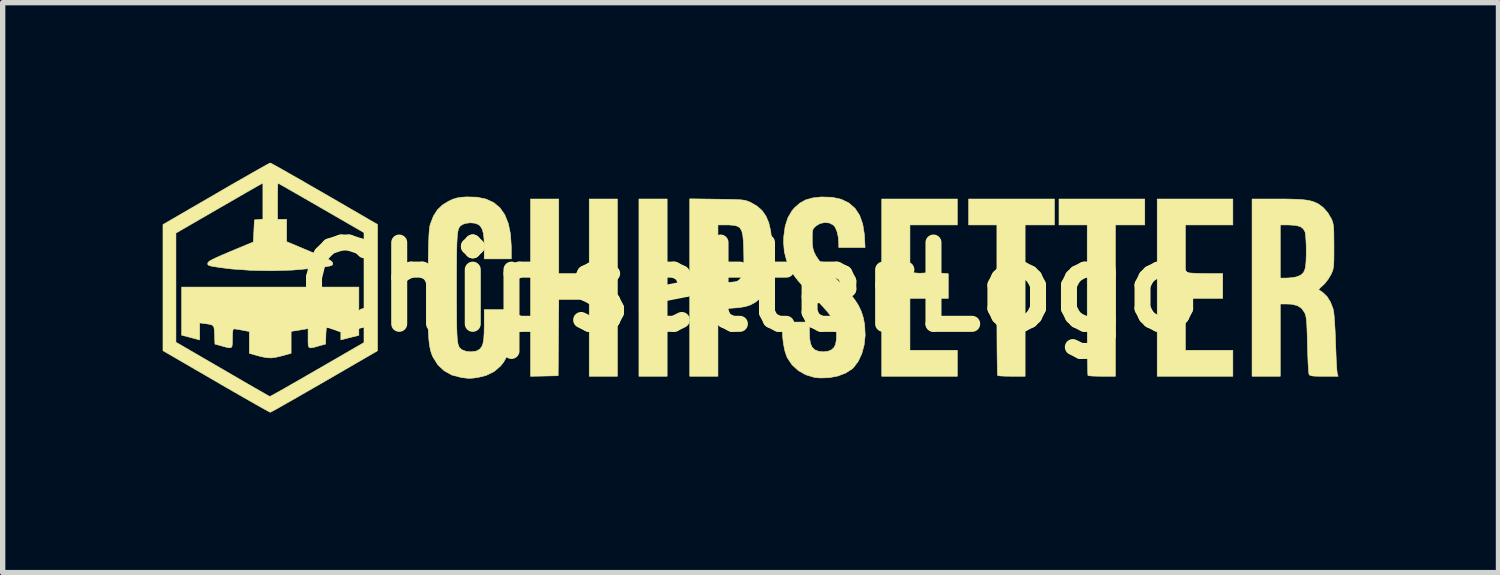
<source format=kicad_pcb>
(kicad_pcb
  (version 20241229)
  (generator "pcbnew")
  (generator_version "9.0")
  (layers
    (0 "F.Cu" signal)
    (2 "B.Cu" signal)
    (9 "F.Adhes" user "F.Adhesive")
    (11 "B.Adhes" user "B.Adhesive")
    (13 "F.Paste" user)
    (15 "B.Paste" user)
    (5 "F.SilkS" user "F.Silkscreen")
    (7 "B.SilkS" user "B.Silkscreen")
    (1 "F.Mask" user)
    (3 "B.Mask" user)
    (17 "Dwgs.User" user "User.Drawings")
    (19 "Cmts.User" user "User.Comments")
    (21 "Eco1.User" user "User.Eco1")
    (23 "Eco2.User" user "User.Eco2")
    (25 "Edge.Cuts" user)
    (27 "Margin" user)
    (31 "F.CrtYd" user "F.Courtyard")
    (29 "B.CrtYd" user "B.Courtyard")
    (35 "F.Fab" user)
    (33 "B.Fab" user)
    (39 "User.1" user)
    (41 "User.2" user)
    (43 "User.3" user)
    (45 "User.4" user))
  (footprint "ChipsetterLogo"
    (layer "F.Cu")
    (at 11.001 2.331)
    (property "Reference" "ChipsetterLogo" (at 0 0 0) (layer "F.SilkS") (effects (font (size 1.524 1.524) (thickness 0.3))))
    (attr through_hole)
    (fp_poly (pts (xy -1.545 1.672) (xy -2.074 1.672) (xy -2.074 -1.651) (xy -1.545 -1.651) (xy -1.545 1.672)) (stroke (width 0.01) (type solid)) (fill yes) (layer "F.SilkS"))
    (fp_poly (pts (xy -3.577 -0.254) (xy -3.006 -0.254) (xy -3.006 -1.651) (xy -2.477 -1.651) (xy -2.477 1.672) (xy -3.006 1.672) (xy -3.006 0.233) (xy -3.577 0.233) (xy -3.582 0.947) (xy -3.588 1.662) (xy -3.847 1.668) (xy -4.106 1.673) (xy -4.106 -1.651) (xy -3.577 -1.651) (xy -3.577 -0.254)) (stroke (width 0.01) (type solid)) (fill yes) (layer "F.SilkS"))
    (fp_poly (pts (xy 9.059 -1.164) (xy 8.17 -1.164) (xy 8.17 -0.28) (xy 8.236 -0.267) (xy 8.282 -0.262) (xy 8.36 -0.258) (xy 8.46 -0.255) (xy 8.57 -0.254) (xy 8.586 -0.254) (xy 8.869 -0.254) (xy 8.869 0.212) (xy 8.17 0.212) (xy 8.17 1.185) (xy 9.059 1.185) (xy 9.059 1.672) (xy 7.641 1.672) (xy 7.641 -1.651) (xy 9.059 -1.651) (xy 9.059 -1.164)) (stroke (width 0.01) (type solid)) (fill yes) (layer "F.SilkS"))
    (fp_poly (pts (xy 3.895 -1.164) (xy 3.006 -1.164) (xy 3.006 -0.28) (xy 3.103 -0.265) (xy 3.185 -0.259) (xy 3.268 -0.263) (xy 3.285 -0.265) (xy 3.348 -0.27) (xy 3.435 -0.271) (xy 3.53 -0.266) (xy 3.548 -0.265) (xy 3.725 -0.25) (xy 3.725 0.212) (xy 3.006 0.212) (xy 3.006 1.185) (xy 3.895 1.185) (xy 3.895 1.672) (xy 2.477 1.672) (xy 2.477 -1.651) (xy 3.895 -1.651) (xy 3.895 -1.164)) (stroke (width 0.01) (type solid)) (fill yes) (layer "F.SilkS"))
    (fp_poly (pts (xy 5.715 -1.164) (xy 5.165 -1.164) (xy 5.165 1.672) (xy 4.914 1.672) (xy 4.815 1.671) (xy 4.732 1.668) (xy 4.674 1.663) (xy 4.65 1.658) (xy 4.647 1.635) (xy 4.645 1.573) (xy 4.643 1.476) (xy 4.641 1.347) (xy 4.639 1.19) (xy 4.638 1.008) (xy 4.637 0.805) (xy 4.636 0.585) (xy 4.636 0.35) (xy 4.636 0.24) (xy 4.636 -1.164) (xy 4.106 -1.164) (xy 4.106 -1.651) (xy 5.715 -1.651) (xy 5.715 -1.164)) (stroke (width 0.01) (type solid)) (fill yes) (layer "F.SilkS"))
    (fp_poly (pts (xy 7.408 -1.164) (xy 6.858 -1.164) (xy 6.858 1.672) (xy 6.608 1.672) (xy 6.509 1.671) (xy 6.425 1.668) (xy 6.367 1.663) (xy 6.343 1.658) (xy 6.341 1.635) (xy 6.338 1.573) (xy 6.336 1.476) (xy 6.334 1.347) (xy 6.333 1.19) (xy 6.331 1.008) (xy 6.33 0.805) (xy 6.329 0.585) (xy 6.329 0.35) (xy 6.329 0.24) (xy 6.329 -1.164) (xy 5.8 -1.164) (xy 5.8 -1.651) (xy 7.408 -1.651) (xy 7.408 -1.164)) (stroke (width 0.01) (type solid)) (fill yes) (layer "F.SilkS"))
    (fp_poly (pts (xy -0.609 -1.647) (xy -0.448 -1.645) (xy -0.323 -1.643) (xy -0.228 -1.639) (xy -0.157 -1.635) (xy -0.104 -1.628) (xy -0.063 -1.619) (xy -0.027 -1.607) (xy 0.01 -1.591) (xy 0.021 -1.586) (xy 0.139 -1.518) (xy 0.233 -1.435) (xy 0.306 -1.332) (xy 0.36 -1.205) (xy 0.396 -1.049) (xy 0.417 -0.861) (xy 0.423 -0.646) (xy 0.419 -0.436) (xy 0.406 -0.263) (xy 0.382 -0.121) (xy 0.346 -0.003) (xy 0.296 0.094) (xy 0.232 0.178) (xy 0.188 0.221) (xy 0.105 0.286) (xy 0.018 0.334) (xy -0.081 0.366) (xy -0.204 0.386) (xy -0.355 0.397) (xy -0.593 0.407) (xy -0.593 1.672) (xy -1.122 1.672) (xy -1.122 -1.164) (xy -0.593 -1.164) (xy -0.593 -0.08) (xy -0.411 -0.088) (xy -0.321 -0.093) (xy -0.263 -0.1) (xy -0.225 -0.113) (xy -0.196 -0.135) (xy -0.179 -0.153) (xy -0.151 -0.195) (xy -0.13 -0.247) (xy -0.117 -0.317) (xy -0.109 -0.41) (xy -0.107 -0.533) (xy -0.11 -0.692) (xy -0.11 -0.701) (xy -0.116 -0.853) (xy -0.127 -0.967) (xy -0.146 -1.05) (xy -0.178 -1.106) (xy -0.225 -1.14) (xy -0.292 -1.157) (xy -0.382 -1.164) (xy -0.435 -1.164) (xy -0.593 -1.164) (xy -1.122 -1.164) (xy -1.122 -1.654) (xy -0.609 -1.647)) (stroke (width 0.01) (type solid)) (fill yes) (layer "F.SilkS"))
    (fp_poly (pts (xy -7.324 0.905) (xy -7.493 0.947) (xy -7.662 0.99) (xy -7.662 0.672) (xy -7.768 0.686) (xy -7.848 0.697) (xy -7.897 0.712) (xy -7.924 0.739) (xy -7.936 0.788) (xy -7.941 0.868) (xy -7.942 0.896) (xy -7.948 1.069) (xy -8.075 1.104) (xy -8.167 1.13) (xy -8.226 1.14) (xy -8.259 1.129) (xy -8.273 1.093) (xy -8.276 1.025) (xy -8.276 0.961) (xy -8.276 0.778) (xy -8.345 0.791) (xy -8.412 0.802) (xy -8.49 0.815) (xy -8.504 0.817) (xy -8.594 0.831) (xy -8.594 1.242) (xy -8.76 1.288) (xy -8.873 1.315) (xy -8.964 1.328) (xy -9.05 1.324) (xy -9.149 1.305) (xy -9.223 1.286) (xy -9.377 1.243) (xy -9.377 0.833) (xy -9.512 0.808) (xy -9.585 0.795) (xy -9.643 0.786) (xy -9.67 0.783) (xy -9.684 0.804) (xy -9.692 0.867) (xy -9.694 0.963) (xy -9.695 1.053) (xy -9.701 1.109) (xy -9.721 1.136) (xy -9.762 1.138) (xy -9.832 1.122) (xy -9.895 1.104) (xy -10.022 1.069) (xy -10.029 0.896) (xy -10.033 0.807) (xy -10.042 0.75) (xy -10.064 0.718) (xy -10.106 0.701) (xy -10.177 0.689) (xy -10.202 0.686) (xy -10.308 0.672) (xy -10.308 0.991) (xy -10.477 0.946) (xy -10.647 0.902) (xy -10.647 0) (xy -7.324 0) (xy -7.324 0.905)) (stroke (width 0.01) (type solid)) (fill yes) (layer "F.SilkS"))
    (fp_poly (pts (xy -5.11 -1.685) (xy -4.939 -1.649) (xy -4.796 -1.583) (xy -4.679 -1.485) (xy -4.588 -1.354) (xy -4.523 -1.191) (xy -4.482 -0.994) (xy -4.467 -0.763) (xy -4.466 -0.725) (xy -4.466 -0.529) (xy -4.974 -0.529) (xy -4.974 -0.763) (xy -4.978 -0.903) (xy -4.99 -1.009) (xy -5.013 -1.086) (xy -5.047 -1.141) (xy -5.082 -1.172) (xy -5.148 -1.197) (xy -5.233 -1.205) (xy -5.319 -1.195) (xy -5.374 -1.176) (xy -5.4 -1.161) (xy -5.422 -1.145) (xy -5.44 -1.123) (xy -5.455 -1.093) (xy -5.467 -1.049) (xy -5.476 -0.99) (xy -5.482 -0.911) (xy -5.487 -0.809) (xy -5.49 -0.68) (xy -5.492 -0.521) (xy -5.493 -0.328) (xy -5.493 -0.098) (xy -5.493 0.011) (xy -5.493 0.254) (xy -5.492 0.459) (xy -5.491 0.628) (xy -5.489 0.766) (xy -5.485 0.877) (xy -5.48 0.963) (xy -5.473 1.028) (xy -5.463 1.076) (xy -5.451 1.111) (xy -5.436 1.136) (xy -5.417 1.155) (xy -5.395 1.171) (xy -5.387 1.177) (xy -5.314 1.205) (xy -5.223 1.214) (xy -5.136 1.203) (xy -5.095 1.188) (xy -5.051 1.157) (xy -5.019 1.115) (xy -4.997 1.055) (xy -4.983 0.971) (xy -4.976 0.857) (xy -4.974 0.722) (xy -4.974 0.423) (xy -4.466 0.423) (xy -4.466 0.683) (xy -4.471 0.886) (xy -4.487 1.053) (xy -4.514 1.192) (xy -4.555 1.308) (xy -4.611 1.408) (xy -4.67 1.482) (xy -4.791 1.585) (xy -4.94 1.657) (xy -5.083 1.692) (xy -5.166 1.705) (xy -5.229 1.71) (xy -5.289 1.709) (xy -5.365 1.7) (xy -5.414 1.693) (xy -5.581 1.649) (xy -5.725 1.569) (xy -5.844 1.457) (xy -5.935 1.312) (xy -5.941 1.299) (xy -5.963 1.246) (xy -5.98 1.187) (xy -5.995 1.117) (xy -6.007 1.033) (xy -6.016 0.931) (xy -6.023 0.808) (xy -6.027 0.659) (xy -6.029 0.481) (xy -6.029 0.27) (xy -6.028 0.022) (xy -6.027 -0.136) (xy -6.025 -0.37) (xy -6.022 -0.566) (xy -6.019 -0.727) (xy -6.015 -0.858) (xy -6.011 -0.961) (xy -6.006 -1.041) (xy -6 -1.101) (xy -5.993 -1.146) (xy -5.986 -1.176) (xy -5.927 -1.329) (xy -5.851 -1.449) (xy -5.752 -1.543) (xy -5.637 -1.612) (xy -5.558 -1.648) (xy -5.486 -1.67) (xy -5.406 -1.683) (xy -5.308 -1.69) (xy -5.11 -1.685)) (stroke (width 0.01) (type solid)) (fill yes) (layer "F.SilkS"))
    (fp_poly (pts (xy 1.546 -1.683) (xy 1.717 -1.646) (xy 1.86 -1.577) (xy 1.976 -1.476) (xy 2.063 -1.344) (xy 2.121 -1.18) (xy 2.152 -0.985) (xy 2.154 -0.947) (xy 2.165 -0.741) (xy 1.918 -0.741) (xy 1.672 -0.741) (xy 1.672 -0.812) (xy 1.664 -0.93) (xy 1.641 -1.035) (xy 1.607 -1.118) (xy 1.576 -1.159) (xy 1.5 -1.2) (xy 1.409 -1.21) (xy 1.318 -1.19) (xy 1.244 -1.145) (xy 1.211 -1.114) (xy 1.19 -1.085) (xy 1.18 -1.047) (xy 1.175 -0.991) (xy 1.175 -0.903) (xy 1.175 -0.896) (xy 1.177 -0.807) (xy 1.187 -0.729) (xy 1.208 -0.657) (xy 1.244 -0.585) (xy 1.296 -0.507) (xy 1.37 -0.418) (xy 1.467 -0.313) (xy 1.593 -0.186) (xy 1.609 -0.17) (xy 1.758 -0.016) (xy 1.878 0.117) (xy 1.971 0.236) (xy 2.042 0.346) (xy 2.093 0.454) (xy 2.129 0.565) (xy 2.153 0.685) (xy 2.158 0.725) (xy 2.167 0.906) (xy 2.148 1.083) (xy 2.104 1.247) (xy 2.038 1.39) (xy 1.952 1.505) (xy 1.922 1.534) (xy 1.801 1.612) (xy 1.654 1.668) (xy 1.49 1.699) (xy 1.32 1.704) (xy 1.211 1.692) (xy 1.054 1.645) (xy 0.913 1.565) (xy 0.796 1.458) (xy 0.709 1.328) (xy 0.697 1.304) (xy 0.662 1.198) (xy 0.635 1.065) (xy 0.618 0.916) (xy 0.614 0.799) (xy 0.614 0.656) (xy 1.122 0.656) (xy 1.122 0.833) (xy 1.126 0.961) (xy 1.141 1.055) (xy 1.169 1.122) (xy 1.212 1.169) (xy 1.224 1.177) (xy 1.298 1.206) (xy 1.39 1.214) (xy 1.479 1.201) (xy 1.533 1.178) (xy 1.58 1.136) (xy 1.61 1.079) (xy 1.626 0.997) (xy 1.63 0.891) (xy 1.626 0.805) (xy 1.611 0.725) (xy 1.583 0.648) (xy 1.538 0.567) (xy 1.472 0.478) (xy 1.383 0.375) (xy 1.268 0.253) (xy 1.177 0.161) (xy 1.064 0.047) (xy 0.976 -0.044) (xy 0.91 -0.119) (xy 0.859 -0.183) (xy 0.818 -0.242) (xy 0.782 -0.303) (xy 0.769 -0.328) (xy 0.694 -0.498) (xy 0.651 -0.664) (xy 0.637 -0.841) (xy 0.641 -0.949) (xy 0.667 -1.139) (xy 0.718 -1.298) (xy 0.796 -1.432) (xy 0.84 -1.484) (xy 0.94 -1.572) (xy 1.051 -1.634) (xy 1.183 -1.671) (xy 1.345 -1.689) (xy 1.346 -1.689) (xy 1.546 -1.683)) (stroke (width 0.01) (type solid)) (fill yes) (layer "F.SilkS"))
    (fp_poly (pts (xy 9.901 -1.651) (xy 10.085 -1.65) (xy 10.232 -1.646) (xy 10.35 -1.64) (xy 10.444 -1.629) (xy 10.521 -1.614) (xy 10.586 -1.593) (xy 10.646 -1.567) (xy 10.657 -1.561) (xy 10.752 -1.492) (xy 10.839 -1.393) (xy 10.905 -1.281) (xy 10.922 -1.241) (xy 10.934 -1.203) (xy 10.943 -1.158) (xy 10.949 -1.1) (xy 10.952 -1.021) (xy 10.953 -0.914) (xy 10.954 -0.773) (xy 10.954 -0.762) (xy 10.954 -0.62) (xy 10.953 -0.513) (xy 10.95 -0.434) (xy 10.945 -0.376) (xy 10.936 -0.331) (xy 10.924 -0.293) (xy 10.907 -0.254) (xy 10.894 -0.228) (xy 10.846 -0.148) (xy 10.787 -0.071) (xy 10.748 -0.032) (xy 10.701 0.01) (xy 10.674 0.04) (xy 10.67 0.049) (xy 10.691 0.065) (xy 10.734 0.094) (xy 10.747 0.103) (xy 10.824 0.177) (xy 10.889 0.281) (xy 10.936 0.403) (xy 10.944 0.434) (xy 10.952 0.485) (xy 10.96 0.571) (xy 10.968 0.684) (xy 10.976 0.818) (xy 10.982 0.964) (xy 10.985 1.058) (xy 10.991 1.205) (xy 10.996 1.339) (xy 11.002 1.455) (xy 11.008 1.546) (xy 11.014 1.605) (xy 11.017 1.625) (xy 11.033 1.672) (xy 10.768 1.672) (xy 10.656 1.672) (xy 10.58 1.669) (xy 10.531 1.663) (xy 10.503 1.654) (xy 10.489 1.64) (xy 10.487 1.635) (xy 10.481 1.604) (xy 10.476 1.537) (xy 10.47 1.441) (xy 10.465 1.321) (xy 10.46 1.183) (xy 10.457 1.079) (xy 10.453 0.914) (xy 10.449 0.786) (xy 10.444 0.688) (xy 10.438 0.615) (xy 10.43 0.561) (xy 10.421 0.521) (xy 10.409 0.489) (xy 10.403 0.476) (xy 10.346 0.397) (xy 10.265 0.346) (xy 10.156 0.321) (xy 10.081 0.318) (xy 9.948 0.318) (xy 9.948 1.672) (xy 9.419 1.672) (xy 9.419 -1.164) (xy 9.948 -1.164) (xy 9.948 -0.169) (xy 10.075 -0.169) (xy 10.161 -0.175) (xy 10.245 -0.19) (xy 10.285 -0.203) (xy 10.338 -0.229) (xy 10.377 -0.264) (xy 10.405 -0.314) (xy 10.422 -0.384) (xy 10.431 -0.482) (xy 10.435 -0.614) (xy 10.435 -0.672) (xy 10.434 -0.786) (xy 10.429 -0.89) (xy 10.422 -0.974) (xy 10.414 -1.028) (xy 10.412 -1.035) (xy 10.377 -1.095) (xy 10.32 -1.135) (xy 10.233 -1.157) (xy 10.112 -1.164) (xy 10.108 -1.164) (xy 9.948 -1.164) (xy 9.419 -1.164) (xy 9.419 -1.651) (xy 9.901 -1.651)) (stroke (width 0.01) (type solid)) (fill yes) (layer "F.SilkS"))
    (fp_poly (pts (xy -8.963 -2.316) (xy -8.908 -2.286) (xy -8.824 -2.239) (xy -8.713 -2.177) (xy -8.579 -2.1) (xy -8.425 -2.013) (xy -8.256 -1.915) (xy -8.073 -1.81) (xy -7.969 -1.75) (xy -6.974 -1.173) (xy -6.974 1.194) (xy -7.969 1.771) (xy -8.157 1.879) (xy -8.334 1.981) (xy -8.497 2.075) (xy -8.642 2.157) (xy -8.766 2.228) (xy -8.865 2.284) (xy -8.937 2.323) (xy -8.978 2.344) (xy -8.985 2.347) (xy -9.007 2.337) (xy -9.062 2.307) (xy -9.147 2.26) (xy -9.258 2.197) (xy -9.392 2.121) (xy -9.545 2.033) (xy -9.715 1.936) (xy -9.897 1.831) (xy -10.001 1.77) (xy -10.996 1.193) (xy -10.996 1.034) (xy -10.753 1.034) (xy -9.88 1.541) (xy -9.704 1.643) (xy -9.54 1.738) (xy -9.391 1.825) (xy -9.26 1.9) (xy -9.151 1.962) (xy -9.068 2.01) (xy -9.014 2.04) (xy -8.993 2.051) (xy -8.993 2.051) (xy -8.972 2.041) (xy -8.919 2.012) (xy -8.836 1.966) (xy -8.727 1.905) (xy -8.597 1.83) (xy -8.447 1.745) (xy -8.283 1.65) (xy -8.108 1.549) (xy -8.104 1.547) (xy -7.228 1.04) (xy -7.228 -1.02) (xy -8.031 -1.484) (xy -8.199 -1.581) (xy -8.355 -1.671) (xy -8.496 -1.752) (xy -8.617 -1.821) (xy -8.716 -1.878) (xy -8.789 -1.919) (xy -8.831 -1.943) (xy -8.84 -1.947) (xy -8.843 -1.927) (xy -8.845 -1.872) (xy -8.847 -1.789) (xy -8.847 -1.684) (xy -8.848 -1.609) (xy -8.848 -1.27) (xy -8.678 -1.27) (xy -8.678 -0.851) (xy -8.472 -0.765) (xy -8.358 -0.717) (xy -8.227 -0.662) (xy -8.099 -0.609) (xy -8.043 -0.586) (xy -7.94 -0.541) (xy -7.872 -0.507) (xy -7.832 -0.479) (xy -7.816 -0.454) (xy -7.815 -0.45) (xy -7.814 -0.43) (xy -7.821 -0.415) (xy -7.842 -0.403) (xy -7.882 -0.392) (xy -7.947 -0.381) (xy -8.043 -0.368) (xy -8.175 -0.353) (xy -8.191 -0.351) (xy -8.57 -0.318) (xy -8.958 -0.306) (xy -9.341 -0.313) (xy -9.708 -0.339) (xy -9.885 -0.361) (xy -9.997 -0.377) (xy -10.074 -0.389) (xy -10.122 -0.401) (xy -10.148 -0.413) (xy -10.157 -0.428) (xy -10.156 -0.448) (xy -10.156 -0.449) (xy -10.146 -0.467) (xy -10.12 -0.489) (xy -10.071 -0.516) (xy -9.997 -0.552) (xy -9.893 -0.598) (xy -9.755 -0.657) (xy -9.726 -0.669) (xy -9.303 -0.845) (xy -9.292 -1.052) (xy -9.282 -1.259) (xy -9.202 -1.266) (xy -9.123 -1.273) (xy -9.123 -1.949) (xy -9.17 -1.924) (xy -9.199 -1.908) (xy -9.259 -1.874) (xy -9.348 -1.823) (xy -9.462 -1.758) (xy -9.595 -1.681) (xy -9.745 -1.594) (xy -9.907 -1.501) (xy -9.985 -1.456) (xy -10.753 -1.012) (xy -10.753 0.011) (xy -10.753 1.034) (xy -10.996 1.034) (xy -10.996 -1.172) (xy -10.001 -1.749) (xy -9.814 -1.858) (xy -9.637 -1.96) (xy -9.474 -2.053) (xy -9.329 -2.136) (xy -9.205 -2.206) (xy -9.105 -2.262) (xy -9.033 -2.302) (xy -8.993 -2.323) (xy -8.985 -2.326) (xy -8.963 -2.316)) (stroke (width 0.01) (type solid)) (fill yes) (layer "F.SilkS")))
  (gr_rect
    (start -3 -3)
    (end 25.039 7.684)
    (stroke (width 0.1) (type default))
    (fill no)
    (layer "Edge.Cuts")))
</source>
